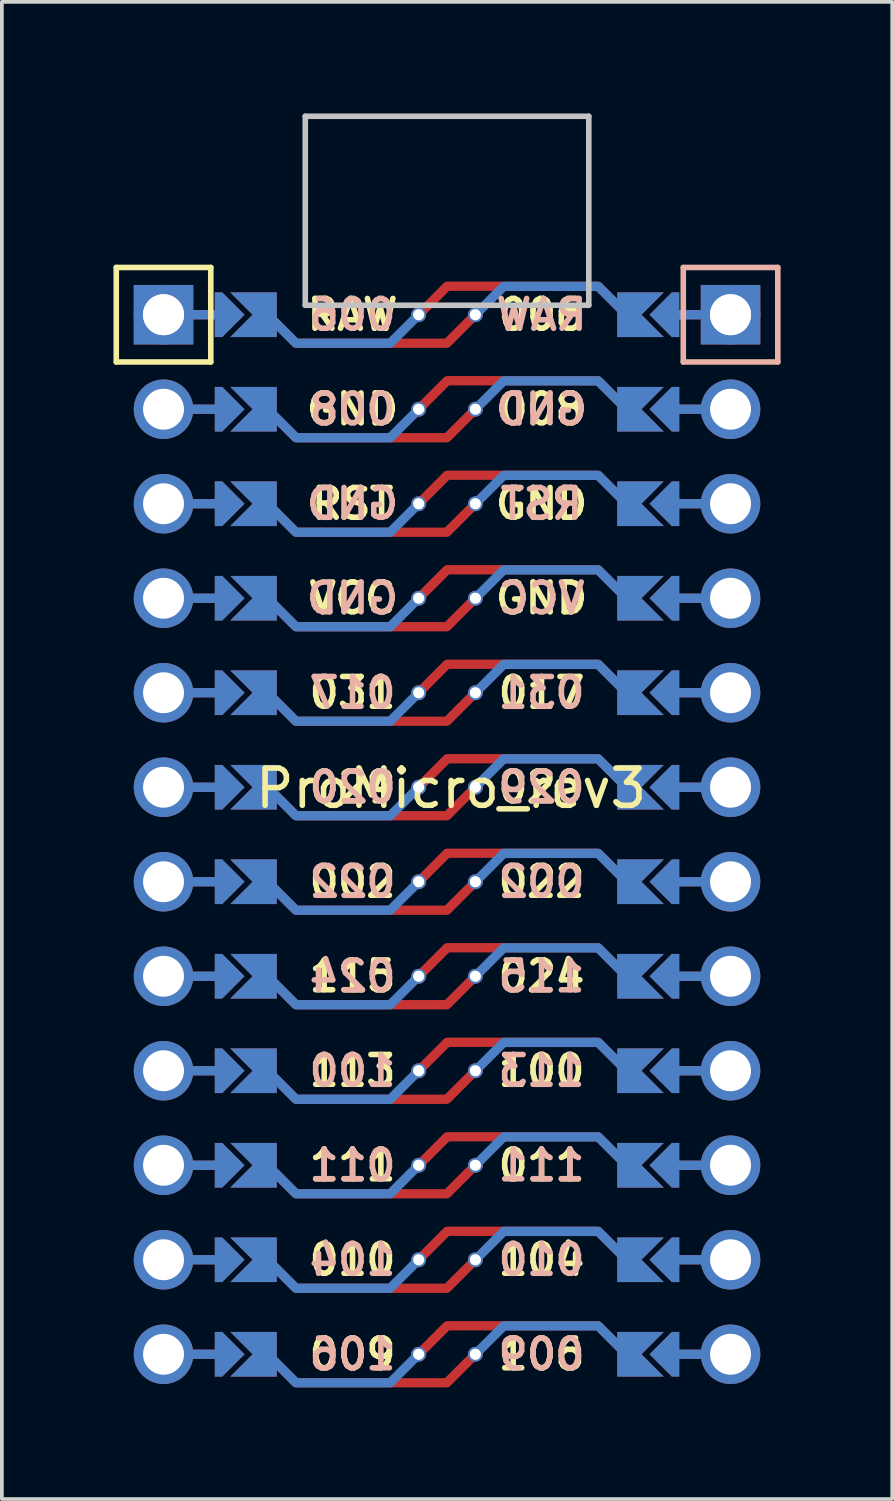
<source format=kicad_pcb>
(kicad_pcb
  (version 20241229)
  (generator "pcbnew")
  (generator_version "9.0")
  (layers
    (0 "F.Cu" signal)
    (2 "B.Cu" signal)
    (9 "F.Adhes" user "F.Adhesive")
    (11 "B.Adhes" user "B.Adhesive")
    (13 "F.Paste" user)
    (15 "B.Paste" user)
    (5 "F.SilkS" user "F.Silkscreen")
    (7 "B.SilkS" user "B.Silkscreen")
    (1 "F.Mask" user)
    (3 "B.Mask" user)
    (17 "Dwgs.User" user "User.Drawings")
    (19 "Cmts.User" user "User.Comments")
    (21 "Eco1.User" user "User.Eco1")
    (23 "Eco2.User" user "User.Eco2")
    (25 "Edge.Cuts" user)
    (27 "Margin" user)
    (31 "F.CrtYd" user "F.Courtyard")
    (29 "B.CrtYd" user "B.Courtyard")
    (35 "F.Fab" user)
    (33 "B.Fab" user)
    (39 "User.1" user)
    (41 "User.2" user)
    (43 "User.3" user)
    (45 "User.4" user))
  (footprint "ProMicro_rev3"
    (layer "F.Cu")
    (at 8.965 16.939)
    (property "Reference" "ProMicro_rev3" (at 0.11 1.2 0) (layer "F.SilkS") (effects (font (size 1 1) (thickness 0.15))))
    (attr through_hole)
    (fp_circle (center -0.762 -11.53) (end -0.762 -11.405) (stroke (width 0.25) (type solid)) (fill no) (layer "F.Mask"))
    (fp_circle (center -0.762 -8.99) (end -0.762 -8.865) (stroke (width 0.25) (type solid)) (fill no) (layer "F.Mask"))
    (fp_circle (center -0.762 -6.45) (end -0.762 -6.325) (stroke (width 0.25) (type solid)) (fill no) (layer "F.Mask"))
    (fp_circle (center -0.762 -3.91) (end -0.762 -3.785) (stroke (width 0.25) (type solid)) (fill no) (layer "F.Mask"))
    (fp_circle (center -0.762 -1.37) (end -0.762 -1.245) (stroke (width 0.25) (type solid)) (fill no) (layer "F.Mask"))
    (fp_circle (center -0.762 1.17) (end -0.762 1.295) (stroke (width 0.25) (type solid)) (fill no) (layer "F.Mask"))
    (fp_circle (center -0.762 3.71) (end -0.762 3.835) (stroke (width 0.25) (type solid)) (fill no) (layer "F.Mask"))
    (fp_circle (center -0.762 6.25) (end -0.762 6.375) (stroke (width 0.25) (type solid)) (fill no) (layer "F.Mask"))
    (fp_circle (center -0.762 8.79) (end -0.762 8.915) (stroke (width 0.25) (type solid)) (fill no) (layer "F.Mask"))
    (fp_circle (center -0.762 11.33) (end -0.762 11.455) (stroke (width 0.25) (type solid)) (fill no) (layer "F.Mask"))
    (fp_circle (center -0.762 13.87) (end -0.762 13.995) (stroke (width 0.25) (type solid)) (fill no) (layer "F.Mask"))
    (fp_circle (center -0.762 16.41) (end -0.762 16.535) (stroke (width 0.25) (type solid)) (fill no) (layer "F.Mask"))
    (fp_circle (center 0.762 -11.53) (end 0.762 -11.405) (stroke (width 0.25) (type solid)) (fill no) (layer "F.Mask"))
    (fp_circle (center 0.762 -8.99) (end 0.762 -8.865) (stroke (width 0.25) (type solid)) (fill no) (layer "F.Mask"))
    (fp_circle (center 0.762 -6.45) (end 0.762 -6.325) (stroke (width 0.25) (type solid)) (fill no) (layer "F.Mask"))
    (fp_circle (center 0.762 -3.91) (end 0.762 -3.785) (stroke (width 0.25) (type solid)) (fill no) (layer "F.Mask"))
    (fp_circle (center 0.762 -1.37) (end 0.762 -1.245) (stroke (width 0.25) (type solid)) (fill no) (layer "F.Mask"))
    (fp_circle (center 0.762 1.17) (end 0.762 1.295) (stroke (width 0.25) (type solid)) (fill no) (layer "F.Mask"))
    (fp_circle (center 0.762 3.71) (end 0.762 3.835) (stroke (width 0.25) (type solid)) (fill no) (layer "F.Mask"))
    (fp_circle (center 0.762 6.25) (end 0.762 6.375) (stroke (width 0.25) (type solid)) (fill no) (layer "F.Mask"))
    (fp_circle (center 0.762 8.79) (end 0.762 8.915) (stroke (width 0.25) (type solid)) (fill no) (layer "F.Mask"))
    (fp_circle (center 0.762 11.33) (end 0.762 11.455) (stroke (width 0.25) (type solid)) (fill no) (layer "F.Mask"))
    (fp_circle (center 0.762 13.87) (end 0.762 13.995) (stroke (width 0.25) (type solid)) (fill no) (layer "F.Mask"))
    (fp_circle (center 0.762 16.41) (end 0.762 16.535) (stroke (width 0.25) (type solid)) (fill no) (layer "F.Mask"))
    (fp_poly (pts (xy -5.08 -11.022) (xy -5.08 -12.038) (xy -6.096 -12.038) (xy -6.096 -11.022)) (stroke (width 0.1) (type solid)) (fill yes) (layer "F.Mask"))
    (fp_poly (pts (xy -5.08 -8.482) (xy -5.08 -9.498) (xy -6.096 -9.498) (xy -6.096 -8.482)) (stroke (width 0.1) (type solid)) (fill yes) (layer "F.Mask"))
    (fp_poly (pts (xy -5.08 -5.942) (xy -5.08 -6.958) (xy -6.096 -6.958) (xy -6.096 -5.942)) (stroke (width 0.1) (type solid)) (fill yes) (layer "F.Mask"))
    (fp_poly (pts (xy -5.08 -3.402) (xy -5.08 -4.418) (xy -6.096 -4.418) (xy -6.096 -3.402)) (stroke (width 0.1) (type solid)) (fill yes) (layer "F.Mask"))
    (fp_poly (pts (xy -5.08 -0.862) (xy -5.08 -1.878) (xy -6.096 -1.878) (xy -6.096 -0.862)) (stroke (width 0.1) (type solid)) (fill yes) (layer "F.Mask"))
    (fp_poly (pts (xy -5.08 1.678) (xy -5.08 0.662) (xy -6.096 0.662) (xy -6.096 1.678)) (stroke (width 0.1) (type solid)) (fill yes) (layer "F.Mask"))
    (fp_poly (pts (xy -5.08 4.218) (xy -5.08 3.202) (xy -6.096 3.202) (xy -6.096 4.218)) (stroke (width 0.1) (type solid)) (fill yes) (layer "F.Mask"))
    (fp_poly (pts (xy -5.08 6.758) (xy -5.08 5.742) (xy -6.096 5.742) (xy -6.096 6.758)) (stroke (width 0.1) (type solid)) (fill yes) (layer "F.Mask"))
    (fp_poly (pts (xy -5.08 9.298) (xy -5.08 8.282) (xy -6.096 8.282) (xy -6.096 9.298)) (stroke (width 0.1) (type solid)) (fill yes) (layer "F.Mask"))
    (fp_poly (pts (xy -5.08 11.838) (xy -5.08 10.822) (xy -6.096 10.822) (xy -6.096 11.838)) (stroke (width 0.1) (type solid)) (fill yes) (layer "F.Mask"))
    (fp_poly (pts (xy -5.08 14.378) (xy -5.08 13.362) (xy -6.096 13.362) (xy -6.096 14.378)) (stroke (width 0.1) (type solid)) (fill yes) (layer "F.Mask"))
    (fp_poly (pts (xy -5.08 16.918) (xy -5.08 15.902) (xy -6.096 15.902) (xy -6.096 16.918)) (stroke (width 0.1) (type solid)) (fill yes) (layer "F.Mask"))
    (fp_poly (pts (xy 5.08 -12.038) (xy 5.08 -11.022) (xy 6.096 -11.022) (xy 6.096 -12.038)) (stroke (width 0.1) (type solid)) (fill yes) (layer "F.Mask"))
    (fp_poly (pts (xy 5.08 -9.498) (xy 5.08 -8.482) (xy 6.096 -8.482) (xy 6.096 -9.498)) (stroke (width 0.1) (type solid)) (fill yes) (layer "F.Mask"))
    (fp_poly (pts (xy 5.08 -6.958) (xy 5.08 -5.942) (xy 6.096 -5.942) (xy 6.096 -6.958)) (stroke (width 0.1) (type solid)) (fill yes) (layer "F.Mask"))
    (fp_poly (pts (xy 5.08 -4.418) (xy 5.08 -3.402) (xy 6.096 -3.402) (xy 6.096 -4.418)) (stroke (width 0.1) (type solid)) (fill yes) (layer "F.Mask"))
    (fp_poly (pts (xy 5.08 -1.878) (xy 5.08 -0.862) (xy 6.096 -0.862) (xy 6.096 -1.878)) (stroke (width 0.1) (type solid)) (fill yes) (layer "F.Mask"))
    (fp_poly (pts (xy 5.08 0.662) (xy 5.08 1.678) (xy 6.096 1.678) (xy 6.096 0.662)) (stroke (width 0.1) (type solid)) (fill yes) (layer "F.Mask"))
    (fp_poly (pts (xy 5.08 3.202) (xy 5.08 4.218) (xy 6.096 4.218) (xy 6.096 3.202)) (stroke (width 0.1) (type solid)) (fill yes) (layer "F.Mask"))
    (fp_poly (pts (xy 5.08 5.742) (xy 5.08 6.758) (xy 6.096 6.758) (xy 6.096 5.742)) (stroke (width 0.1) (type solid)) (fill yes) (layer "F.Mask"))
    (fp_poly (pts (xy 5.08 8.282) (xy 5.08 9.298) (xy 6.096 9.298) (xy 6.096 8.282)) (stroke (width 0.1) (type solid)) (fill yes) (layer "F.Mask"))
    (fp_poly (pts (xy 5.08 10.822) (xy 5.08 11.838) (xy 6.096 11.838) (xy 6.096 10.822)) (stroke (width 0.1) (type solid)) (fill yes) (layer "F.Mask"))
    (fp_poly (pts (xy 5.08 13.362) (xy 5.08 14.378) (xy 6.096 14.378) (xy 6.096 13.362)) (stroke (width 0.1) (type solid)) (fill yes) (layer "F.Mask"))
    (fp_poly (pts (xy 5.08 15.902) (xy 5.08 16.918) (xy 6.096 16.918) (xy 6.096 15.902)) (stroke (width 0.1) (type solid)) (fill yes) (layer "F.Mask"))
    (fp_circle (center -0.762 -11.53) (end -0.637 -11.53) (stroke (width 0.25) (type solid)) (fill no) (layer "B.Mask"))
    (fp_circle (center -0.762 -8.99) (end -0.762 -8.865) (stroke (width 0.25) (type solid)) (fill no) (layer "B.Mask"))
    (fp_circle (center -0.762 -6.45) (end -0.762 -6.325) (stroke (width 0.25) (type solid)) (fill no) (layer "B.Mask"))
    (fp_circle (center -0.762 -3.91) (end -0.762 -3.785) (stroke (width 0.25) (type solid)) (fill no) (layer "B.Mask"))
    (fp_circle (center -0.762 -1.37) (end -0.762 -1.245) (stroke (width 0.25) (type solid)) (fill no) (layer "B.Mask"))
    (fp_circle (center -0.762 1.17) (end -0.762 1.295) (stroke (width 0.25) (type solid)) (fill no) (layer "B.Mask"))
    (fp_circle (center -0.762 3.71) (end -0.762 3.835) (stroke (width 0.25) (type solid)) (fill no) (layer "B.Mask"))
    (fp_circle (center -0.762 6.25) (end -0.762 6.375) (stroke (width 0.25) (type solid)) (fill no) (layer "B.Mask"))
    (fp_circle (center -0.762 8.79) (end -0.762 8.915) (stroke (width 0.25) (type solid)) (fill no) (layer "B.Mask"))
    (fp_circle (center -0.762 11.33) (end -0.762 11.455) (stroke (width 0.25) (type solid)) (fill no) (layer "B.Mask"))
    (fp_circle (center -0.762 13.87) (end -0.762 13.995) (stroke (width 0.25) (type solid)) (fill no) (layer "B.Mask"))
    (fp_circle (center -0.762 16.41) (end -0.762 16.535) (stroke (width 0.25) (type solid)) (fill no) (layer "B.Mask"))
    (fp_circle (center 0.762 -11.53) (end 0.762 -11.405) (stroke (width 0.25) (type solid)) (fill no) (layer "B.Mask"))
    (fp_circle (center 0.762 -8.99) (end 0.762 -8.865) (stroke (width 0.25) (type solid)) (fill no) (layer "B.Mask"))
    (fp_circle (center 0.762 -6.45) (end 0.762 -6.325) (stroke (width 0.25) (type solid)) (fill no) (layer "B.Mask"))
    (fp_circle (center 0.762 -3.91) (end 0.762 -3.785) (stroke (width 0.25) (type solid)) (fill no) (layer "B.Mask"))
    (fp_circle (center 0.762 -1.37) (end 0.762 -1.245) (stroke (width 0.25) (type solid)) (fill no) (layer "B.Mask"))
    (fp_circle (center 0.762 1.17) (end 0.762 1.295) (stroke (width 0.25) (type solid)) (fill no) (layer "B.Mask"))
    (fp_circle (center 0.762 3.71) (end 0.762 3.835) (stroke (width 0.25) (type solid)) (fill no) (layer "B.Mask"))
    (fp_circle (center 0.762 6.25) (end 0.762 6.375) (stroke (width 0.25) (type solid)) (fill no) (layer "B.Mask"))
    (fp_circle (center 0.762 8.79) (end 0.762 8.915) (stroke (width 0.25) (type solid)) (fill no) (layer "B.Mask"))
    (fp_circle (center 0.762 11.33) (end 0.762 11.455) (stroke (width 0.25) (type solid)) (fill no) (layer "B.Mask"))
    (fp_circle (center 0.762 13.87) (end 0.762 13.995) (stroke (width 0.25) (type solid)) (fill no) (layer "B.Mask"))
    (fp_circle (center 0.762 16.41) (end 0.762 16.535) (stroke (width 0.25) (type solid)) (fill no) (layer "B.Mask"))
    (fp_poly (pts (xy -5.08 -11.022) (xy -5.08 -12.038) (xy -6.096 -12.038) (xy -6.096 -11.022)) (stroke (width 0.1) (type solid)) (fill yes) (layer "B.Mask"))
    (fp_poly (pts (xy -5.08 -8.482) (xy -5.08 -9.498) (xy -6.096 -9.498) (xy -6.096 -8.482)) (stroke (width 0.1) (type solid)) (fill yes) (layer "B.Mask"))
    (fp_poly (pts (xy -5.08 -5.942) (xy -5.08 -6.958) (xy -6.096 -6.958) (xy -6.096 -5.942)) (stroke (width 0.1) (type solid)) (fill yes) (layer "B.Mask"))
    (fp_poly (pts (xy -5.08 -3.402) (xy -5.08 -4.418) (xy -6.096 -4.418) (xy -6.096 -3.402)) (stroke (width 0.1) (type solid)) (fill yes) (layer "B.Mask"))
    (fp_poly (pts (xy -5.08 -0.862) (xy -5.08 -1.878) (xy -6.096 -1.878) (xy -6.096 -0.862)) (stroke (width 0.1) (type solid)) (fill yes) (layer "B.Mask"))
    (fp_poly (pts (xy -5.08 1.678) (xy -5.08 0.662) (xy -6.096 0.662) (xy -6.096 1.678)) (stroke (width 0.1) (type solid)) (fill yes) (layer "B.Mask"))
    (fp_poly (pts (xy -5.08 4.218) (xy -5.08 3.202) (xy -6.096 3.202) (xy -6.096 4.218)) (stroke (width 0.1) (type solid)) (fill yes) (layer "B.Mask"))
    (fp_poly (pts (xy -5.08 6.758) (xy -5.08 5.742) (xy -6.096 5.742) (xy -6.096 6.758)) (stroke (width 0.1) (type solid)) (fill yes) (layer "B.Mask"))
    (fp_poly (pts (xy -5.08 9.298) (xy -5.08 8.282) (xy -6.096 8.282) (xy -6.096 9.298)) (stroke (width 0.1) (type solid)) (fill yes) (layer "B.Mask"))
    (fp_poly (pts (xy -5.08 11.838) (xy -5.08 10.822) (xy -6.096 10.822) (xy -6.096 11.838)) (stroke (width 0.1) (type solid)) (fill yes) (layer "B.Mask"))
    (fp_poly (pts (xy -5.08 14.378) (xy -5.08 13.362) (xy -6.096 13.362) (xy -6.096 14.378)) (stroke (width 0.1) (type solid)) (fill yes) (layer "B.Mask"))
    (fp_poly (pts (xy -5.08 16.918) (xy -5.08 15.902) (xy -6.096 15.902) (xy -6.096 16.918)) (stroke (width 0.1) (type solid)) (fill yes) (layer "B.Mask"))
    (fp_poly (pts (xy 5.08 -12.038) (xy 5.08 -11.022) (xy 6.096 -11.022) (xy 6.096 -12.038)) (stroke (width 0.1) (type solid)) (fill yes) (layer "B.Mask"))
    (fp_poly (pts (xy 5.08 -9.498) (xy 5.08 -8.482) (xy 6.096 -8.482) (xy 6.096 -9.498)) (stroke (width 0.1) (type solid)) (fill yes) (layer "B.Mask"))
    (fp_poly (pts (xy 5.08 -6.958) (xy 5.08 -5.942) (xy 6.096 -5.942) (xy 6.096 -6.958)) (stroke (width 0.1) (type solid)) (fill yes) (layer "B.Mask"))
    (fp_poly (pts (xy 5.08 -4.418) (xy 5.08 -3.402) (xy 6.096 -3.402) (xy 6.096 -4.418)) (stroke (width 0.1) (type solid)) (fill yes) (layer "B.Mask"))
    (fp_poly (pts (xy 5.08 -1.878) (xy 5.08 -0.862) (xy 6.096 -0.862) (xy 6.096 -1.878)) (stroke (width 0.1) (type solid)) (fill yes) (layer "B.Mask"))
    (fp_poly (pts (xy 5.08 0.662) (xy 5.08 1.678) (xy 6.096 1.678) (xy 6.096 0.662)) (stroke (width 0.1) (type solid)) (fill yes) (layer "B.Mask"))
    (fp_poly (pts (xy 5.08 3.202) (xy 5.08 4.218) (xy 6.096 4.218) (xy 6.096 3.202)) (stroke (width 0.1) (type solid)) (fill yes) (layer "B.Mask"))
    (fp_poly (pts (xy 5.08 5.742) (xy 5.08 6.758) (xy 6.096 6.758) (xy 6.096 5.742)) (stroke (width 0.1) (type solid)) (fill yes) (layer "B.Mask"))
    (fp_poly (pts (xy 5.08 8.282) (xy 5.08 9.298) (xy 6.096 9.298) (xy 6.096 8.282)) (stroke (width 0.1) (type solid)) (fill yes) (layer "B.Mask"))
    (fp_poly (pts (xy 5.08 10.822) (xy 5.08 11.838) (xy 6.096 11.838) (xy 6.096 10.822)) (stroke (width 0.1) (type solid)) (fill yes) (layer "B.Mask"))
    (fp_poly (pts (xy 5.08 13.362) (xy 5.08 14.378) (xy 6.096 14.378) (xy 6.096 13.362)) (stroke (width 0.1) (type solid)) (fill yes) (layer "B.Mask"))
    (fp_poly (pts (xy 5.08 15.902) (xy 5.08 16.918) (xy 6.096 16.918) (xy 6.096 15.902)) (stroke (width 0.1) (type solid)) (fill yes) (layer "B.Mask"))
    (fp_line (start -8.89 -10.26) (end -8.89 -12.8) (stroke (width 0.15) (type solid)) (layer "F.SilkS"))
    (fp_line (start -6.35 -12.8) (end -8.89 -12.8) (stroke (width 0.15) (type solid)) (layer "F.SilkS"))
    (fp_line (start -6.35 -12.8) (end -6.35 -10.26) (stroke (width 0.15) (type solid)) (layer "F.SilkS"))
    (fp_line (start -6.35 -10.26) (end -8.89 -10.26) (stroke (width 0.15) (type solid)) (layer "F.SilkS"))
    (fp_line (start 6.35 -12.8) (end 6.35 -10.26) (stroke (width 0.15) (type solid)) (layer "B.SilkS"))
    (fp_line (start 6.35 -12.8) (end 8.89 -12.8) (stroke (width 0.15) (type solid)) (layer "B.SilkS"))
    (fp_line (start 6.35 -10.26) (end 8.89 -10.26) (stroke (width 0.15) (type solid)) (layer "B.SilkS"))
    (fp_line (start 8.89 -10.26) (end 8.89 -12.8) (stroke (width 0.15) (type solid)) (layer "B.SilkS"))
    (fp_line (start -3.81 -16.864) (end -3.81 -11.784) (stroke (width 0.15) (type solid)) (layer "Dwgs.User"))
    (fp_line (start -3.81 -11.784) (end 3.81 -11.784) (stroke (width 0.15) (type solid)) (layer "Dwgs.User"))
    (fp_line (start 3.81 -16.864) (end -3.81 -16.864) (stroke (width 0.15) (type solid)) (layer "Dwgs.User"))
    (fp_line (start 3.81 -11.784) (end 3.81 -16.864) (stroke (width 0.15) (type solid)) (layer "Dwgs.User"))
    (fp_text user "009" (at -2.54 16.41 0) (layer "F.SilkS") (effects (font (size 0.8 0.8) (thickness 0.15))))
    (fp_text user "RST" (at -2.54 -6.45 0) (layer "F.SilkS") (effects (font (size 0.8 0.8) (thickness 0.15))))
    (fp_text user "113" (at -2.54 8.79 0) (layer "F.SilkS") (effects (font (size 0.8 0.8) (thickness 0.15))))
    (fp_text user "GND" (at -2.54 -8.99 0) (layer "F.SilkS") (effects (font (size 0.8 0.8) (thickness 0.15))))
    (fp_text user "006" (at 2.54 -11.53 0) (layer "F.SilkS") (effects (font (size 0.8 0.8) (thickness 0.15))))
    (fp_text user "RAW" (at -2.54 -11.53 0) (layer "F.SilkS") (effects (font (size 0.8 0.8) (thickness 0.15))))
    (fp_text user "106" (at 2.54 16.41 0) (layer "F.SilkS") (effects (font (size 0.8 0.8) (thickness 0.15))))
    (fp_text user "104" (at 2.54 13.87 0) (layer "F.SilkS") (effects (font (size 0.8 0.8) (thickness 0.15))))
    (fp_text user "008" (at 2.54 -8.99 0) (layer "F.SilkS") (effects (font (size 0.8 0.8) (thickness 0.15))))
    (fp_text user "111" (at -2.54 11.33 0) (layer "F.SilkS") (effects (font (size 0.8 0.8) (thickness 0.15))))
    (fp_text user "002" (at -2.54 3.71 0) (layer "F.SilkS") (effects (font (size 0.8 0.8) (thickness 0.15))))
    (fp_text user "022" (at 2.54 3.71 0) (layer "F.SilkS") (effects (font (size 0.8 0.8) (thickness 0.15))))
    (fp_text user "GND" (at 2.54 -6.45 0) (layer "F.SilkS") (effects (font (size 0.8 0.8) (thickness 0.15))))
    (fp_text user "020" (at 2.532 1.17 0) (layer "F.SilkS") (effects (font (size 0.8 0.8) (thickness 0.15))))
    (fp_text user "010" (at -2.54 13.87 0) (layer "F.SilkS") (effects (font (size 0.8 0.8) (thickness 0.15))))
    (fp_text user "029" (at -2.54 1.17 0) (layer "F.SilkS") (effects (font (size 0.8 0.8) (thickness 0.15))))
    (fp_text user "100" (at 2.54 8.79 0) (layer "F.SilkS") (effects (font (size 0.8 0.8) (thickness 0.15))))
    (fp_text user "024" (at 2.54 6.25 0) (layer "F.SilkS") (effects (font (size 0.8 0.8) (thickness 0.15))))
    (fp_text user "GND" (at 2.54 -3.91 0) (layer "F.SilkS") (effects (font (size 0.8 0.8) (thickness 0.15))))
    (fp_text user "017" (at 2.54 -1.37 0) (layer "F.SilkS") (effects (font (size 0.8 0.8) (thickness 0.15))))
    (fp_text user "011" (at 2.54 11.33 0) (layer "F.SilkS") (effects (font (size 0.8 0.8) (thickness 0.15))))
    (fp_text user "VCC" (at -2.54 -3.91 0) (layer "F.SilkS") (effects (font (size 0.8 0.8) (thickness 0.15))))
    (fp_text user "031" (at -2.54 -1.37 0) (layer "F.SilkS") (effects (font (size 0.8 0.8) (thickness 0.15))))
    (fp_text user "115" (at -2.54 6.25 0) (layer "F.SilkS") (effects (font (size 0.8 0.8) (thickness 0.15))))
    (fp_text user "031" (at 2.54 -1.369 0) (layer "B.SilkS") (effects (font (size 0.8 0.8) (thickness 0.15)) (justify mirror)))
    (fp_text user "008" (at -2.54 -8.989 0) (layer "B.SilkS") (effects (font (size 0.8 0.8) (thickness 0.15)) (justify mirror)))
    (fp_text user "VCC" (at 2.54 -3.909 0) (layer "B.SilkS") (effects (font (size 0.8 0.8) (thickness 0.15)) (justify mirror)))
    (fp_text user "024" (at -2.54 6.251 0) (layer "B.SilkS") (effects (font (size 0.8 0.8) (thickness 0.15)) (justify mirror)))
    (fp_text user "GND" (at -2.54 -6.449 0) (layer "B.SilkS") (effects (font (size 0.8 0.8) (thickness 0.15)) (justify mirror)))
    (fp_text user "106" (at -2.54 16.411 0) (layer "B.SilkS") (effects (font (size 0.8 0.8) (thickness 0.15)) (justify mirror)))
    (fp_text user "GND" (at -2.54 -3.909 0) (layer "B.SilkS") (effects (font (size 0.8 0.8) (thickness 0.15)) (justify mirror)))
    (fp_text user "115" (at 2.54 6.251 0) (layer "B.SilkS") (effects (font (size 0.8 0.8) (thickness 0.15)) (justify mirror)))
    (fp_text user "022" (at -2.54 3.711 0) (layer "B.SilkS") (effects (font (size 0.8 0.8) (thickness 0.15)) (justify mirror)))
    (fp_text user "020" (at -2.532 1.171 0) (layer "B.SilkS") (effects (font (size 0.8 0.8) (thickness 0.15)) (justify mirror)))
    (fp_text user "104" (at -2.54 13.871 0) (layer "B.SilkS") (effects (font (size 0.8 0.8) (thickness 0.15)) (justify mirror)))
    (fp_text user "113" (at 2.54 8.791 0) (layer "B.SilkS") (effects (font (size 0.8 0.8) (thickness 0.15)) (justify mirror)))
    (fp_text user "RAW" (at 2.54 -11.529 0) (layer "B.SilkS") (effects (font (size 0.8 0.8) (thickness 0.15)) (justify mirror)))
    (fp_text user "011" (at -2.54 11.331 0) (layer "B.SilkS") (effects (font (size 0.8 0.8) (thickness 0.15)) (justify mirror)))
    (fp_text user "111" (at 2.54 11.331 0) (layer "B.SilkS") (effects (font (size 0.8 0.8) (thickness 0.15)) (justify mirror)))
    (fp_text user "017" (at -2.54 -1.369 0) (layer "B.SilkS") (effects (font (size 0.8 0.8) (thickness 0.15)) (justify mirror)))
    (fp_text user "100" (at -2.54 8.791 0) (layer "B.SilkS") (effects (font (size 0.8 0.8) (thickness 0.15)) (justify mirror)))
    (fp_text user "009" (at 2.54 16.411 0) (layer "B.SilkS") (effects (font (size 0.8 0.8) (thickness 0.15)) (justify mirror)))
    (fp_text user "002" (at 2.54 3.711 0) (layer "B.SilkS") (effects (font (size 0.8 0.8) (thickness 0.15)) (justify mirror)))
    (fp_text user "029" (at 2.54 1.171 0) (layer "B.SilkS") (effects (font (size 0.8 0.8) (thickness 0.15)) (justify mirror)))
    (fp_text user "006" (at -2.54 -11.529 0) (layer "B.SilkS") (effects (font (size 0.8 0.8) (thickness 0.15)) (justify mirror)))
    (fp_text user "GND" (at 2.54 -8.989 0) (layer "B.SilkS") (effects (font (size 0.8 0.8) (thickness 0.15)) (justify mirror)))
    (fp_text user "RST" (at 2.54 -6.449 0) (layer "B.SilkS") (effects (font (size 0.8 0.8) (thickness 0.15)) (justify mirror)))
    (fp_text user "010" (at 2.54 13.871 0) (layer "B.SilkS") (effects (font (size 0.8 0.8) (thickness 0.15)) (justify mirror)))
    (pad "" thru_hole circle (at -7.62 -11.53 345) (size 1.6 1.6) (drill 1.1) (layers "*.Cu" "*.Mask"))
    (pad "" thru_hole rect (at -7.62 -11.53 90) (size 1.6 1.6) (drill 1.1) (layers "F.Cu" "F.Mask"))
    (pad "" thru_hole circle (at -7.62 -8.99 345) (size 1.6 1.6) (drill 1.1) (layers "*.Cu" "*.Mask"))
    (pad "" thru_hole circle (at -7.62 -6.45 345) (size 1.6 1.6) (drill 1.1) (layers "*.Cu" "*.Mask"))
    (pad "" thru_hole circle (at -7.62 -3.91 345) (size 1.6 1.6) (drill 1.1) (layers "*.Cu" "*.Mask"))
    (pad "" thru_hole circle (at -7.62 -1.37 345) (size 1.6 1.6) (drill 1.1) (layers "*.Cu" "*.Mask"))
    (pad "" thru_hole circle (at -7.62 1.17 345) (size 1.6 1.6) (drill 1.1) (layers "*.Cu" "*.Mask"))
    (pad "" thru_hole circle (at -7.62 3.71 345) (size 1.6 1.6) (drill 1.1) (layers "*.Cu" "*.Mask"))
    (pad "" thru_hole circle (at -7.62 6.25 345) (size 1.6 1.6) (drill 1.1) (layers "*.Cu" "*.Mask"))
    (pad "" thru_hole circle (at -7.62 8.79 345) (size 1.6 1.6) (drill 1.1) (layers "*.Cu" "*.Mask"))
    (pad "" thru_hole circle (at -7.62 11.33 345) (size 1.6 1.6) (drill 1.1) (layers "*.Cu" "*.Mask"))
    (pad "" thru_hole circle (at -7.62 13.87 345) (size 1.6 1.6) (drill 1.1) (layers "*.Cu" "*.Mask"))
    (pad "" thru_hole circle (at -7.62 16.41 345) (size 1.6 1.6) (drill 1.1) (layers "*.Cu" "*.Mask"))
    (pad "" smd custom (at -6.35 -11.53 90) (size 0.25 1) (layers "F.Cu") (options (anchor rect)) (primitives))
    (pad "" smd custom (at -6.35 -11.53 90) (size 0.25 1) (layers "B.Cu") (options (anchor rect)) (primitives))
    (pad "" smd custom (at -6.35 -8.99 90) (size 0.25 1) (layers "F.Cu") (options (anchor rect)) (primitives))
    (pad "" smd custom (at -6.35 -8.99 90) (size 0.25 1) (layers "B.Cu") (options (anchor rect)) (primitives))
    (pad "" smd custom (at -6.35 -6.45 90) (size 0.25 1) (layers "F.Cu") (options (anchor rect)) (primitives))
    (pad "" smd custom (at -6.35 -6.45 90) (size 0.25 1) (layers "B.Cu") (options (anchor rect)) (primitives))
    (pad "" smd custom (at -6.35 -3.91 90) (size 0.25 1) (layers "F.Cu") (options (anchor rect)) (primitives))
    (pad "" smd custom (at -6.35 -3.91 90) (size 0.25 1) (layers "B.Cu") (options (anchor rect)) (primitives))
    (pad "" smd custom (at -6.35 -1.37 90) (size 0.25 1) (layers "F.Cu") (options (anchor rect)) (primitives))
    (pad "" smd custom (at -6.35 -1.37 90) (size 0.25 1) (layers "B.Cu") (options (anchor rect)) (primitives))
    (pad "" smd custom (at -6.35 1.17 90) (size 0.25 1) (layers "F.Cu") (options (anchor rect)) (primitives))
    (pad "" smd custom (at -6.35 1.17 90) (size 0.25 1) (layers "B.Cu") (options (anchor rect)) (primitives))
    (pad "" smd custom (at -6.35 3.71 90) (size 0.25 1) (layers "F.Cu") (options (anchor rect)) (primitives))
    (pad "" smd custom (at -6.35 3.71 90) (size 0.25 1) (layers "B.Cu") (options (anchor rect)) (primitives))
    (pad "" smd custom (at -6.35 6.25 90) (size 0.25 1) (layers "F.Cu") (options (anchor rect)) (primitives))
    (pad "" smd custom (at -6.35 6.25 90) (size 0.25 1) (layers "B.Cu") (options (anchor rect)) (primitives))
    (pad "" smd custom (at -6.35 8.79 90) (size 0.25 1) (layers "F.Cu") (options (anchor rect)) (primitives))
    (pad "" smd custom (at -6.35 8.79 90) (size 0.25 1) (layers "B.Cu") (options (anchor rect)) (primitives))
    (pad "" smd custom (at -6.35 11.33 90) (size 0.25 1) (layers "F.Cu") (options (anchor rect)) (primitives))
    (pad "" smd custom (at -6.35 11.33 90) (size 0.25 1) (layers "B.Cu") (options (anchor rect)) (primitives))
    (pad "" smd custom (at -6.35 13.87 90) (size 0.25 1) (layers "F.Cu") (options (anchor rect)) (primitives))
    (pad "" smd custom (at -6.35 13.87 90) (size 0.25 1) (layers "B.Cu") (options (anchor rect)) (primitives))
    (pad "" smd custom (at -6.35 16.41 90) (size 0.25 1) (layers "F.Cu") (options (anchor rect)) (primitives))
    (pad "" smd custom (at -6.35 16.41 90) (size 0.25 1) (layers "B.Cu") (options (anchor rect)) (primitives))
    (pad "" smd custom (at -5.842 -11.53 90) (size 0.1 0.1) (layers "F.Cu" "F.Mask") (options (anchor rect)) (primitives (gr_poly (pts (xy -0.6 -0.4) (xy 0.6 -0.4) (xy 0.6 -0.2) (xy 0 0.4) (xy -0.6 -0.2)) (width 0) (fill yes))))
    (pad "" smd custom (at -5.842 -11.53 90) (size 0.1 0.1) (layers "B.Cu" "B.Mask") (options (anchor rect)) (primitives (gr_poly (pts (xy -0.6 -0.4) (xy 0.6 -0.4) (xy 0.6 -0.2) (xy 0 0.4) (xy -0.6 -0.2)) (width 0) (fill yes))))
    (pad "" smd custom (at -5.842 -8.99 90) (size 0.1 0.1) (layers "F.Cu" "F.Mask") (options (anchor rect)) (primitives (gr_poly (pts (xy -0.6 -0.4) (xy 0.6 -0.4) (xy 0.6 -0.2) (xy 0 0.4) (xy -0.6 -0.2)) (width 0) (fill yes))))
    (pad "" smd custom (at -5.842 -8.99 90) (size 0.1 0.1) (layers "B.Cu" "B.Mask") (options (anchor rect)) (primitives (gr_poly (pts (xy -0.6 -0.4) (xy 0.6 -0.4) (xy 0.6 -0.2) (xy 0 0.4) (xy -0.6 -0.2)) (width 0) (fill yes))))
    (pad "" smd custom (at -5.842 -6.45 90) (size 0.1 0.1) (layers "F.Cu" "F.Mask") (options (anchor rect)) (primitives (gr_poly (pts (xy -0.6 -0.4) (xy 0.6 -0.4) (xy 0.6 -0.2) (xy 0 0.4) (xy -0.6 -0.2)) (width 0) (fill yes))))
    (pad "" smd custom (at -5.842 -6.45 90) (size 0.1 0.1) (layers "B.Cu" "B.Mask") (options (anchor rect)) (primitives (gr_poly (pts (xy -0.6 -0.4) (xy 0.6 -0.4) (xy 0.6 -0.2) (xy 0 0.4) (xy -0.6 -0.2)) (width 0) (fill yes))))
    (pad "" smd custom (at -5.842 -3.91 90) (size 0.1 0.1) (layers "F.Cu" "F.Mask") (options (anchor rect)) (primitives (gr_poly (pts (xy -0.6 -0.4) (xy 0.6 -0.4) (xy 0.6 -0.2) (xy 0 0.4) (xy -0.6 -0.2)) (width 0) (fill yes))))
    (pad "" smd custom (at -5.842 -3.91 90) (size 0.1 0.1) (layers "B.Cu" "B.Mask") (options (anchor rect)) (primitives (gr_poly (pts (xy -0.6 -0.4) (xy 0.6 -0.4) (xy 0.6 -0.2) (xy 0 0.4) (xy -0.6 -0.2)) (width 0) (fill yes))))
    (pad "" smd custom (at -5.842 -1.37 90) (size 0.1 0.1) (layers "F.Cu" "F.Mask") (options (anchor rect)) (primitives (gr_poly (pts (xy -0.6 -0.4) (xy 0.6 -0.4) (xy 0.6 -0.2) (xy 0 0.4) (xy -0.6 -0.2)) (width 0) (fill yes))))
    (pad "" smd custom (at -5.842 -1.37 90) (size 0.1 0.1) (layers "B.Cu" "B.Mask") (options (anchor rect)) (primitives (gr_poly (pts (xy -0.6 -0.4) (xy 0.6 -0.4) (xy 0.6 -0.2) (xy 0 0.4) (xy -0.6 -0.2)) (width 0) (fill yes))))
    (pad "" smd custom (at -5.842 1.17 90) (size 0.1 0.1) (layers "F.Cu" "F.Mask") (options (anchor rect)) (primitives (gr_poly (pts (xy -0.6 -0.4) (xy 0.6 -0.4) (xy 0.6 -0.2) (xy 0 0.4) (xy -0.6 -0.2)) (width 0) (fill yes))))
    (pad "" smd custom (at -5.842 1.17 90) (size 0.1 0.1) (layers "B.Cu" "B.Mask") (options (anchor rect)) (primitives (gr_poly (pts (xy -0.6 -0.4) (xy 0.6 -0.4) (xy 0.6 -0.2) (xy 0 0.4) (xy -0.6 -0.2)) (width 0) (fill yes))))
    (pad "" smd custom (at -5.842 3.71 90) (size 0.1 0.1) (layers "F.Cu" "F.Mask") (options (anchor rect)) (primitives (gr_poly (pts (xy -0.6 -0.4) (xy 0.6 -0.4) (xy 0.6 -0.2) (xy 0 0.4) (xy -0.6 -0.2)) (width 0) (fill yes))))
    (pad "" smd custom (at -5.842 3.71 90) (size 0.1 0.1) (layers "B.Cu" "B.Mask") (options (anchor rect)) (primitives (gr_poly (pts (xy -0.6 -0.4) (xy 0.6 -0.4) (xy 0.6 -0.2) (xy 0 0.4) (xy -0.6 -0.2)) (width 0) (fill yes))))
    (pad "" smd custom (at -5.842 6.25 90) (size 0.1 0.1) (layers "F.Cu" "F.Mask") (options (anchor rect)) (primitives (gr_poly (pts (xy -0.6 -0.4) (xy 0.6 -0.4) (xy 0.6 -0.2) (xy 0 0.4) (xy -0.6 -0.2)) (width 0) (fill yes))))
    (pad "" smd custom (at -5.842 6.25 90) (size 0.1 0.1) (layers "B.Cu" "B.Mask") (options (anchor rect)) (primitives (gr_poly (pts (xy -0.6 -0.4) (xy 0.6 -0.4) (xy 0.6 -0.2) (xy 0 0.4) (xy -0.6 -0.2)) (width 0) (fill yes))))
    (pad "" smd custom (at -5.842 8.79 90) (size 0.1 0.1) (layers "F.Cu" "F.Mask") (options (anchor rect)) (primitives (gr_poly (pts (xy -0.6 -0.4) (xy 0.6 -0.4) (xy 0.6 -0.2) (xy 0 0.4) (xy -0.6 -0.2)) (width 0) (fill yes))))
    (pad "" smd custom (at -5.842 8.79 90) (size 0.1 0.1) (layers "B.Cu" "B.Mask") (options (anchor rect)) (primitives (gr_poly (pts (xy -0.6 -0.4) (xy 0.6 -0.4) (xy 0.6 -0.2) (xy 0 0.4) (xy -0.6 -0.2)) (width 0) (fill yes))))
    (pad "" smd custom (at -5.842 11.33 90) (size 0.1 0.1) (layers "F.Cu" "F.Mask") (options (anchor rect)) (primitives (gr_poly (pts (xy -0.6 -0.4) (xy 0.6 -0.4) (xy 0.6 -0.2) (xy 0 0.4) (xy -0.6 -0.2)) (width 0) (fill yes))))
    (pad "" smd custom (at -5.842 11.33 90) (size 0.1 0.1) (layers "B.Cu" "B.Mask") (options (anchor rect)) (primitives (gr_poly (pts (xy -0.6 -0.4) (xy 0.6 -0.4) (xy 0.6 -0.2) (xy 0 0.4) (xy -0.6 -0.2)) (width 0) (fill yes))))
    (pad "" smd custom (at -5.842 13.87 90) (size 0.1 0.1) (layers "F.Cu" "F.Mask") (options (anchor rect)) (primitives (gr_poly (pts (xy -0.6 -0.4) (xy 0.6 -0.4) (xy 0.6 -0.2) (xy 0 0.4) (xy -0.6 -0.2)) (width 0) (fill yes))))
    (pad "" smd custom (at -5.842 13.87 90) (size 0.1 0.1) (layers "B.Cu" "B.Mask") (options (anchor rect)) (primitives (gr_poly (pts (xy -0.6 -0.4) (xy 0.6 -0.4) (xy 0.6 -0.2) (xy 0 0.4) (xy -0.6 -0.2)) (width 0) (fill yes))))
    (pad "" smd custom (at -5.842 16.41 90) (size 0.1 0.1) (layers "F.Cu" "F.Mask") (options (anchor rect)) (primitives (gr_poly (pts (xy -0.6 -0.4) (xy 0.6 -0.4) (xy 0.6 -0.2) (xy 0 0.4) (xy -0.6 -0.2)) (width 0) (fill yes))))
    (pad "" smd custom (at -5.842 16.41 90) (size 0.1 0.1) (layers "B.Cu" "B.Mask") (options (anchor rect)) (primitives (gr_poly (pts (xy -0.6 -0.4) (xy 0.6 -0.4) (xy 0.6 -0.2) (xy 0 0.4) (xy -0.6 -0.2)) (width 0) (fill yes))))
    (pad "" smd custom (at 5.842 -11.53 270) (size 0.1 0.1) (layers "F.Cu" "F.Mask") (options (anchor rect)) (primitives (gr_poly (pts (xy -0.6 -0.4) (xy 0.6 -0.4) (xy 0.6 -0.2) (xy 0 0.4) (xy -0.6 -0.2)) (width 0) (fill yes))))
    (pad "" smd custom (at 5.842 -11.53 270) (size 0.1 0.1) (layers "B.Cu" "B.Mask") (options (anchor rect)) (primitives (gr_poly (pts (xy -0.6 -0.4) (xy 0.6 -0.4) (xy 0.6 -0.2) (xy 0 0.4) (xy -0.6 -0.2)) (width 0) (fill yes))))
    (pad "" smd custom (at 5.842 -8.99 270) (size 0.1 0.1) (layers "F.Cu" "F.Mask") (options (anchor rect)) (primitives (gr_poly (pts (xy -0.6 -0.4) (xy 0.6 -0.4) (xy 0.6 -0.2) (xy 0 0.4) (xy -0.6 -0.2)) (width 0) (fill yes))))
    (pad "" smd custom (at 5.842 -8.99 270) (size 0.1 0.1) (layers "B.Cu" "B.Mask") (options (anchor rect)) (primitives (gr_poly (pts (xy -0.6 -0.4) (xy 0.6 -0.4) (xy 0.6 -0.2) (xy 0 0.4) (xy -0.6 -0.2)) (width 0) (fill yes))))
    (pad "" smd custom (at 5.842 -6.45 270) (size 0.1 0.1) (layers "F.Cu" "F.Mask") (options (anchor rect)) (primitives (gr_poly (pts (xy -0.6 -0.4) (xy 0.6 -0.4) (xy 0.6 -0.2) (xy 0 0.4) (xy -0.6 -0.2)) (width 0) (fill yes))))
    (pad "" smd custom (at 5.842 -6.45 270) (size 0.1 0.1) (layers "B.Cu" "B.Mask") (options (anchor rect)) (primitives (gr_poly (pts (xy -0.6 -0.4) (xy 0.6 -0.4) (xy 0.6 -0.2) (xy 0 0.4) (xy -0.6 -0.2)) (width 0) (fill yes))))
    (pad "" smd custom (at 5.842 -3.91 270) (size 0.1 0.1) (layers "F.Cu" "F.Mask") (options (anchor rect)) (primitives (gr_poly (pts (xy -0.6 -0.4) (xy 0.6 -0.4) (xy 0.6 -0.2) (xy 0 0.4) (xy -0.6 -0.2)) (width 0) (fill yes))))
    (pad "" smd custom (at 5.842 -3.91 270) (size 0.1 0.1) (layers "B.Cu" "B.Mask") (options (anchor rect)) (primitives (gr_poly (pts (xy -0.6 -0.4) (xy 0.6 -0.4) (xy 0.6 -0.2) (xy 0 0.4) (xy -0.6 -0.2)) (width 0) (fill yes))))
    (pad "" smd custom (at 5.842 -1.37 270) (size 0.1 0.1) (layers "F.Cu" "F.Mask") (options (anchor rect)) (primitives (gr_poly (pts (xy -0.6 -0.4) (xy 0.6 -0.4) (xy 0.6 -0.2) (xy 0 0.4) (xy -0.6 -0.2)) (width 0) (fill yes))))
    (pad "" smd custom (at 5.842 -1.37 270) (size 0.1 0.1) (layers "B.Cu" "B.Mask") (options (anchor rect)) (primitives (gr_poly (pts (xy -0.6 -0.4) (xy 0.6 -0.4) (xy 0.6 -0.2) (xy 0 0.4) (xy -0.6 -0.2)) (width 0) (fill yes))))
    (pad "" smd custom (at 5.842 1.17 270) (size 0.1 0.1) (layers "F.Cu" "F.Mask") (options (anchor rect)) (primitives (gr_poly (pts (xy -0.6 -0.4) (xy 0.6 -0.4) (xy 0.6 -0.2) (xy 0 0.4) (xy -0.6 -0.2)) (width 0) (fill yes))))
    (pad "" smd custom (at 5.842 1.17 270) (size 0.1 0.1) (layers "B.Cu" "B.Mask") (options (anchor rect)) (primitives (gr_poly (pts (xy -0.6 -0.4) (xy 0.6 -0.4) (xy 0.6 -0.2) (xy 0 0.4) (xy -0.6 -0.2)) (width 0) (fill yes))))
    (pad "" smd custom (at 5.842 3.71 270) (size 0.1 0.1) (layers "F.Cu" "F.Mask") (options (anchor rect)) (primitives (gr_poly (pts (xy -0.6 -0.4) (xy 0.6 -0.4) (xy 0.6 -0.2) (xy 0 0.4) (xy -0.6 -0.2)) (width 0) (fill yes))))
    (pad "" smd custom (at 5.842 3.71 270) (size 0.1 0.1) (layers "B.Cu" "B.Mask") (options (anchor rect)) (primitives (gr_poly (pts (xy -0.6 -0.4) (xy 0.6 -0.4) (xy 0.6 -0.2) (xy 0 0.4) (xy -0.6 -0.2)) (width 0) (fill yes))))
    (pad "" smd custom (at 5.842 6.25 270) (size 0.1 0.1) (layers "F.Cu" "F.Mask") (options (anchor rect)) (primitives (gr_poly (pts (xy -0.6 -0.4) (xy 0.6 -0.4) (xy 0.6 -0.2) (xy 0 0.4) (xy -0.6 -0.2)) (width 0) (fill yes))))
    (pad "" smd custom (at 5.842 6.25 270) (size 0.1 0.1) (layers "B.Cu" "B.Mask") (options (anchor rect)) (primitives (gr_poly (pts (xy -0.6 -0.4) (xy 0.6 -0.4) (xy 0.6 -0.2) (xy 0 0.4) (xy -0.6 -0.2)) (width 0) (fill yes))))
    (pad "" smd custom (at 5.842 8.79 270) (size 0.1 0.1) (layers "F.Cu" "F.Mask") (options (anchor rect)) (primitives (gr_poly (pts (xy -0.6 -0.4) (xy 0.6 -0.4) (xy 0.6 -0.2) (xy 0 0.4) (xy -0.6 -0.2)) (width 0) (fill yes))))
    (pad "" smd custom (at 5.842 8.79 270) (size 0.1 0.1) (layers "B.Cu" "B.Mask") (options (anchor rect)) (primitives (gr_poly (pts (xy -0.6 -0.4) (xy 0.6 -0.4) (xy 0.6 -0.2) (xy 0 0.4) (xy -0.6 -0.2)) (width 0) (fill yes))))
    (pad "" smd custom (at 5.842 11.33 270) (size 0.1 0.1) (layers "F.Cu" "F.Mask") (options (anchor rect)) (primitives (gr_poly (pts (xy -0.6 -0.4) (xy 0.6 -0.4) (xy 0.6 -0.2) (xy 0 0.4) (xy -0.6 -0.2)) (width 0) (fill yes))))
    (pad "" smd custom (at 5.842 11.33 270) (size 0.1 0.1) (layers "B.Cu" "B.Mask") (options (anchor rect)) (primitives (gr_poly (pts (xy -0.6 -0.4) (xy 0.6 -0.4) (xy 0.6 -0.2) (xy 0 0.4) (xy -0.6 -0.2)) (width 0) (fill yes))))
    (pad "" smd custom (at 5.842 13.87 270) (size 0.1 0.1) (layers "F.Cu" "F.Mask") (options (anchor rect)) (primitives (gr_poly (pts (xy -0.6 -0.4) (xy 0.6 -0.4) (xy 0.6 -0.2) (xy 0 0.4) (xy -0.6 -0.2)) (width 0) (fill yes))))
    (pad "" smd custom (at 5.842 13.87 270) (size 0.1 0.1) (layers "B.Cu" "B.Mask") (options (anchor rect)) (primitives (gr_poly (pts (xy -0.6 -0.4) (xy 0.6 -0.4) (xy 0.6 -0.2) (xy 0 0.4) (xy -0.6 -0.2)) (width 0) (fill yes))))
    (pad "" smd custom (at 5.842 16.41 270) (size 0.1 0.1) (layers "F.Cu" "F.Mask") (options (anchor rect)) (primitives (gr_poly (pts (xy -0.6 -0.4) (xy 0.6 -0.4) (xy 0.6 -0.2) (xy 0 0.4) (xy -0.6 -0.2)) (width 0) (fill yes))))
    (pad "" smd custom (at 5.842 16.41 270) (size 0.1 0.1) (layers "B.Cu" "B.Mask") (options (anchor rect)) (primitives (gr_poly (pts (xy -0.6 -0.4) (xy 0.6 -0.4) (xy 0.6 -0.2) (xy 0 0.4) (xy -0.6 -0.2)) (width 0) (fill yes))))
    (pad "" smd custom (at 6.35 -11.53 270) (size 0.25 1) (layers "F.Cu") (options (anchor rect)) (primitives))
    (pad "" smd custom (at 6.35 -11.53 270) (size 0.25 1) (layers "B.Cu") (options (anchor rect)) (primitives))
    (pad "" smd custom (at 6.35 -8.99 270) (size 0.25 1) (layers "F.Cu") (options (anchor rect)) (primitives))
    (pad "" smd custom (at 6.35 -8.99 270) (size 0.25 1) (layers "B.Cu") (options (anchor rect)) (primitives))
    (pad "" smd custom (at 6.35 -6.45 270) (size 0.25 1) (layers "F.Cu") (options (anchor rect)) (primitives))
    (pad "" smd custom (at 6.35 -6.45 270) (size 0.25 1) (layers "B.Cu") (options (anchor rect)) (primitives))
    (pad "" smd custom (at 6.35 -3.91 270) (size 0.25 1) (layers "F.Cu") (options (anchor rect)) (primitives))
    (pad "" smd custom (at 6.35 -3.91 270) (size 0.25 1) (layers "B.Cu") (options (anchor rect)) (primitives))
    (pad "" smd custom (at 6.35 -1.37 270) (size 0.25 1) (layers "F.Cu") (options (anchor rect)) (primitives))
    (pad "" smd custom (at 6.35 -1.37 270) (size 0.25 1) (layers "B.Cu") (options (anchor rect)) (primitives))
    (pad "" smd custom (at 6.35 1.17 270) (size 0.25 1) (layers "F.Cu") (options (anchor rect)) (primitives))
    (pad "" smd custom (at 6.35 1.17 270) (size 0.25 1) (layers "B.Cu") (options (anchor rect)) (primitives))
    (pad "" smd custom (at 6.35 3.71 270) (size 0.25 1) (layers "F.Cu") (options (anchor rect)) (primitives))
    (pad "" smd custom (at 6.35 3.71 270) (size 0.25 1) (layers "B.Cu") (options (anchor rect)) (primitives))
    (pad "" smd custom (at 6.35 6.25 270) (size 0.25 1) (layers "F.Cu") (options (anchor rect)) (primitives))
    (pad "" smd custom (at 6.35 6.25 270) (size 0.25 1) (layers "B.Cu") (options (anchor rect)) (primitives))
    (pad "" smd custom (at 6.35 8.79 270) (size 0.25 1) (layers "F.Cu") (options (anchor rect)) (primitives))
    (pad "" smd custom (at 6.35 8.79 270) (size 0.25 1) (layers "B.Cu") (options (anchor rect)) (primitives))
    (pad "" smd custom (at 6.35 11.33 270) (size 0.25 1) (layers "F.Cu") (options (anchor rect)) (primitives))
    (pad "" smd custom (at 6.35 11.33 270) (size 0.25 1) (layers "B.Cu") (options (anchor rect)) (primitives))
    (pad "" smd custom (at 6.35 13.87 270) (size 0.25 1) (layers "F.Cu") (options (anchor rect)) (primitives))
    (pad "" smd custom (at 6.35 13.87 270) (size 0.25 1) (layers "B.Cu") (options (anchor rect)) (primitives))
    (pad "" smd custom (at 6.35 16.41 270) (size 0.25 1) (layers "F.Cu") (options (anchor rect)) (primitives))
    (pad "" smd custom (at 6.35 16.41 270) (size 0.25 1) (layers "B.Cu") (options (anchor rect)) (primitives))
    (pad "" thru_hole circle (at 7.62 -11.53 345) (size 1.6 1.6) (drill 1.1) (layers "*.Cu" "*.Mask"))
    (pad "" thru_hole rect (at 7.62 -11.53 90) (size 1.6 1.6) (drill 1.1) (layers "B.Cu" "B.Mask"))
    (pad "" thru_hole circle (at 7.62 -8.99 345) (size 1.6 1.6) (drill 1.1) (layers "*.Cu" "*.Mask"))
    (pad "" thru_hole circle (at 7.62 -6.45 345) (size 1.6 1.6) (drill 1.1) (layers "*.Cu" "*.Mask"))
    (pad "" thru_hole circle (at 7.62 -3.91 345) (size 1.6 1.6) (drill 1.1) (layers "*.Cu" "*.Mask"))
    (pad "" thru_hole circle (at 7.62 -1.37 345) (size 1.6 1.6) (drill 1.1) (layers "*.Cu" "*.Mask"))
    (pad "" thru_hole circle (at 7.62 1.17 345) (size 1.6 1.6) (drill 1.1) (layers "*.Cu" "*.Mask"))
    (pad "" thru_hole circle (at 7.62 3.71 345) (size 1.6 1.6) (drill 1.1) (layers "*.Cu" "*.Mask"))
    (pad "" thru_hole circle (at 7.62 6.25 345) (size 1.6 1.6) (drill 1.1) (layers "*.Cu" "*.Mask"))
    (pad "" thru_hole circle (at 7.62 8.79 345) (size 1.6 1.6) (drill 1.1) (layers "*.Cu" "*.Mask"))
    (pad "" thru_hole circle (at 7.62 11.33 345) (size 1.6 1.6) (drill 1.1) (layers "*.Cu" "*.Mask"))
    (pad "" thru_hole circle (at 7.62 13.87 345) (size 1.6 1.6) (drill 1.1) (layers "*.Cu" "*.Mask"))
    (pad "" thru_hole circle (at 7.62 16.41 345) (size 1.6 1.6) (drill 1.1) (layers "*.Cu" "*.Mask"))
    (pad "1" smd custom (at -4.826 -11.53 90) (size 1.2 0.5) (layers "B.Cu" "B.Mask") (options (anchor rect)) (primitives (gr_poly (pts (xy -0.6 0) (xy 0.6 0) (xy 0.6 -1) (xy 0 -0.4) (xy -0.6 -1)) (width 0) (fill yes))))
    (pad "1" smd custom (at -0.762 -11.53 90) (size 0.25 0.25) (layers "F.Cu") (options (anchor circle)) (primitives (gr_line (start 0.766 0.766) (end 0 0) (width 0.25)) (gr_line (start 0.766 4.822) (end 0.766 0.766) (width 0.25)) (gr_line (start 0 5.588) (end 0.766 4.822) (width 0.25))))
    (pad "1" smd custom (at -0.762 -11.53 90) (size 0.25 0.25) (layers "B.Cu") (options (anchor circle)) (primitives (gr_line (start -0.766 -0.766) (end 0 0) (width 0.25)) (gr_line (start -0.766 -3.298) (end -0.766 -0.766) (width 0.25)) (gr_line (start 0 -4.064) (end -0.766 -3.298) (width 0.25))))
    (pad "1" thru_hole circle (at -0.762 -11.53 270) (size 0.4 0.4) (drill 0.3) (layers "*.Cu"))
    (pad "1" smd custom (at 4.826 -11.53 270) (size 1.2 0.5) (layers "F.Cu" "F.Mask") (options (anchor rect)) (primitives (gr_poly (pts (xy -0.6 0) (xy 0.6 0) (xy 0.6 -1) (xy 0 -0.4) (xy -0.6 -1)) (width 0) (fill yes))))
    (pad "2" smd custom (at -4.826 -8.99 90) (size 1.2 0.5) (layers "B.Cu" "B.Mask") (options (anchor rect)) (primitives (gr_poly (pts (xy -0.6 0) (xy 0.6 0) (xy 0.6 -1) (xy 0 -0.4) (xy -0.6 -1)) (width 0) (fill yes))))
    (pad "2" smd custom (at -0.762 -8.99 90) (size 0.25 0.25) (layers "F.Cu") (options (anchor circle)) (primitives (gr_line (start 0.766 0.766) (end 0 0) (width 0.25)) (gr_line (start 0.766 4.822) (end 0.766 0.766) (width 0.25)) (gr_line (start 0 5.588) (end 0.766 4.822) (width 0.25))))
    (pad "2" smd custom (at -0.762 -8.99 90) (size 0.25 0.25) (layers "B.Cu") (options (anchor circle)) (primitives (gr_line (start -0.766 -0.766) (end 0 0) (width 0.25)) (gr_line (start -0.766 -3.298) (end -0.766 -0.766) (width 0.25)) (gr_line (start 0 -4.064) (end -0.766 -3.298) (width 0.25))))
    (pad "2" thru_hole circle (at -0.762 -8.99 270) (size 0.4 0.4) (drill 0.3) (layers "*.Cu"))
    (pad "2" smd custom (at 4.826 -8.99 270) (size 1.2 0.5) (layers "F.Cu" "F.Mask") (options (anchor rect)) (primitives (gr_poly (pts (xy -0.6 0) (xy 0.6 0) (xy 0.6 -1) (xy 0 -0.4) (xy -0.6 -1)) (width 0) (fill yes))))
    (pad "3" smd custom (at -4.826 -6.45 90) (size 1.2 0.5) (layers "B.Cu" "B.Mask") (options (anchor rect)) (primitives (gr_poly (pts (xy -0.6 0) (xy 0.6 0) (xy 0.6 -1) (xy 0 -0.4) (xy -0.6 -1)) (width 0) (fill yes))))
    (pad "3" smd custom (at -0.762 -6.45 90) (size 0.25 0.25) (layers "F.Cu") (options (anchor circle)) (primitives (gr_line (start 0.766 0.766) (end 0 0) (width 0.25)) (gr_line (start 0.766 4.822) (end 0.766 0.766) (width 0.25)) (gr_line (start 0 5.588) (end 0.766 4.822) (width 0.25))))
    (pad "3" smd custom (at -0.762 -6.45 90) (size 0.25 0.25) (layers "B.Cu") (options (anchor circle)) (primitives (gr_line (start -0.766 -0.766) (end 0 0) (width 0.25)) (gr_line (start -0.766 -3.298) (end -0.766 -0.766) (width 0.25)) (gr_line (start 0 -4.064) (end -0.766 -3.298) (width 0.25))))
    (pad "3" thru_hole circle (at -0.762 -6.45 270) (size 0.4 0.4) (drill 0.3) (layers "*.Cu"))
    (pad "3" smd custom (at 4.826 -6.45 270) (size 1.2 0.5) (layers "F.Cu" "F.Mask") (options (anchor rect)) (primitives (gr_poly (pts (xy -0.6 0) (xy 0.6 0) (xy 0.6 -1) (xy 0 -0.4) (xy -0.6 -1)) (width 0) (fill yes))))
    (pad "4" smd custom (at -4.826 -3.91 90) (size 1.2 0.5) (layers "B.Cu" "B.Mask") (options (anchor rect)) (primitives (gr_poly (pts (xy -0.6 0) (xy 0.6 0) (xy 0.6 -1) (xy 0 -0.4) (xy -0.6 -1)) (width 0) (fill yes))))
    (pad "4" smd custom (at -0.762 -3.91 90) (size 0.25 0.25) (layers "F.Cu") (options (anchor circle)) (primitives (gr_line (start 0.766 0.766) (end 0 0) (width 0.25)) (gr_line (start 0.766 4.822) (end 0.766 0.766) (width 0.25)) (gr_line (start 0 5.588) (end 0.766 4.822) (width 0.25))))
    (pad "4" smd custom (at -0.762 -3.91 90) (size 0.25 0.25) (layers "B.Cu") (options (anchor circle)) (primitives (gr_line (start -0.766 -0.766) (end 0 0) (width 0.25)) (gr_line (start -0.766 -3.298) (end -0.766 -0.766) (width 0.25)) (gr_line (start 0 -4.064) (end -0.766 -3.298) (width 0.25))))
    (pad "4" thru_hole circle (at -0.762 -3.91 270) (size 0.4 0.4) (drill 0.3) (layers "*.Cu"))
    (pad "4" smd custom (at 4.826 -3.91 270) (size 1.2 0.5) (layers "F.Cu" "F.Mask") (options (anchor rect)) (primitives (gr_poly (pts (xy -0.6 0) (xy 0.6 0) (xy 0.6 -1) (xy 0 -0.4) (xy -0.6 -1)) (width 0) (fill yes))))
    (pad "5" smd custom (at -4.826 -1.37 90) (size 1.2 0.5) (layers "B.Cu" "B.Mask") (options (anchor rect)) (primitives (gr_poly (pts (xy -0.6 0) (xy 0.6 0) (xy 0.6 -1) (xy 0 -0.4) (xy -0.6 -1)) (width 0) (fill yes))))
    (pad "5" smd custom (at -0.762 -1.37 90) (size 0.25 0.25) (layers "F.Cu") (options (anchor circle)) (primitives (gr_line (start 0.766 0.766) (end 0 0) (width 0.25)) (gr_line (start 0.766 4.822) (end 0.766 0.766) (width 0.25)) (gr_line (start 0 5.588) (end 0.766 4.822) (width 0.25))))
    (pad "5" smd custom (at -0.762 -1.37 90) (size 0.25 0.25) (layers "B.Cu") (options (anchor circle)) (primitives (gr_line (start -0.766 -0.766) (end 0 0) (width 0.25)) (gr_line (start -0.766 -3.298) (end -0.766 -0.766) (width 0.25)) (gr_line (start 0 -4.064) (end -0.766 -3.298) (width 0.25))))
    (pad "5" thru_hole circle (at -0.762 -1.37 270) (size 0.4 0.4) (drill 0.3) (layers "*.Cu"))
    (pad "5" smd custom (at 4.826 -1.37 270) (size 1.2 0.5) (layers "F.Cu" "F.Mask") (options (anchor rect)) (primitives (gr_poly (pts (xy -0.6 0) (xy 0.6 0) (xy 0.6 -1) (xy 0 -0.4) (xy -0.6 -1)) (width 0) (fill yes))))
    (pad "6" smd custom (at -4.826 1.17 90) (size 1.2 0.5) (layers "B.Cu" "B.Mask") (options (anchor rect)) (primitives (gr_poly (pts (xy -0.6 0) (xy 0.6 0) (xy 0.6 -1) (xy 0 -0.4) (xy -0.6 -1)) (width 0) (fill yes))))
    (pad "6" smd custom (at -0.762 1.17 90) (size 0.25 0.25) (layers "F.Cu") (options (anchor circle)) (primitives (gr_line (start 0.766 0.766) (end 0 0) (width 0.25)) (gr_line (start 0.766 4.822) (end 0.766 0.766) (width 0.25)) (gr_line (start 0 5.588) (end 0.766 4.822) (width 0.25))))
    (pad "6" smd custom (at -0.762 1.17 90) (size 0.25 0.25) (layers "B.Cu") (options (anchor circle)) (primitives (gr_line (start -0.766 -0.766) (end 0 0) (width 0.25)) (gr_line (start -0.766 -3.298) (end -0.766 -0.766) (width 0.25)) (gr_line (start 0 -4.064) (end -0.766 -3.298) (width 0.25))))
    (pad "6" thru_hole circle (at -0.762 1.17 270) (size 0.4 0.4) (drill 0.3) (layers "*.Cu"))
    (pad "6" smd custom (at 4.826 1.17 270) (size 1.2 0.5) (layers "F.Cu" "F.Mask") (options (anchor rect)) (primitives (gr_poly (pts (xy -0.6 0) (xy 0.6 0) (xy 0.6 -1) (xy 0 -0.4) (xy -0.6 -1)) (width 0) (fill yes))))
    (pad "7" smd custom (at -4.826 3.71 90) (size 1.2 0.5) (layers "B.Cu" "B.Mask") (options (anchor rect)) (primitives (gr_poly (pts (xy -0.6 0) (xy 0.6 0) (xy 0.6 -1) (xy 0 -0.4) (xy -0.6 -1)) (width 0) (fill yes))))
    (pad "7" smd custom (at -0.762 3.71 90) (size 0.25 0.25) (layers "F.Cu") (options (anchor circle)) (primitives (gr_line (start 0.766 0.766) (end 0 0) (width 0.25)) (gr_line (start 0.766 4.822) (end 0.766 0.766) (width 0.25)) (gr_line (start 0 5.588) (end 0.766 4.822) (width 0.25))))
    (pad "7" smd custom (at -0.762 3.71 90) (size 0.25 0.25) (layers "B.Cu") (options (anchor circle)) (primitives (gr_line (start -0.766 -0.766) (end 0 0) (width 0.25)) (gr_line (start -0.766 -3.298) (end -0.766 -0.766) (width 0.25)) (gr_line (start 0 -4.064) (end -0.766 -3.298) (width 0.25))))
    (pad "7" thru_hole circle (at -0.762 3.71 270) (size 0.4 0.4) (drill 0.3) (layers "*.Cu"))
    (pad "7" smd custom (at 4.826 3.71 270) (size 1.2 0.5) (layers "F.Cu" "F.Mask") (options (anchor rect)) (primitives (gr_poly (pts (xy -0.6 0) (xy 0.6 0) (xy 0.6 -1) (xy 0 -0.4) (xy -0.6 -1)) (width 0) (fill yes))))
    (pad "8" smd custom (at -4.826 6.25 90) (size 1.2 0.5) (layers "B.Cu" "B.Mask") (options (anchor rect)) (primitives (gr_poly (pts (xy -0.6 0) (xy 0.6 0) (xy 0.6 -1) (xy 0 -0.4) (xy -0.6 -1)) (width 0) (fill yes))))
    (pad "8" smd custom (at -0.762 6.25 90) (size 0.25 0.25) (layers "F.Cu") (options (anchor circle)) (primitives (gr_line (start 0.766 0.766) (end 0 0) (width 0.25)) (gr_line (start 0.766 4.822) (end 0.766 0.766) (width 0.25)) (gr_line (start 0 5.588) (end 0.766 4.822) (width 0.25))))
    (pad "8" smd custom (at -0.762 6.25 90) (size 0.25 0.25) (layers "B.Cu") (options (anchor circle)) (primitives (gr_line (start -0.766 -0.766) (end 0 0) (width 0.25)) (gr_line (start -0.766 -3.298) (end -0.766 -0.766) (width 0.25)) (gr_line (start 0 -4.064) (end -0.766 -3.298) (width 0.25))))
    (pad "8" thru_hole circle (at -0.762 6.25 270) (size 0.4 0.4) (drill 0.3) (layers "*.Cu"))
    (pad "8" smd custom (at 4.826 6.25 270) (size 1.2 0.5) (layers "F.Cu" "F.Mask") (options (anchor rect)) (primitives (gr_poly (pts (xy -0.6 0) (xy 0.6 0) (xy 0.6 -1) (xy 0 -0.4) (xy -0.6 -1)) (width 0) (fill yes))))
    (pad "9" smd custom (at -4.826 8.79 90) (size 1.2 0.5) (layers "B.Cu" "B.Mask") (options (anchor rect)) (primitives (gr_poly (pts (xy -0.6 0) (xy 0.6 0) (xy 0.6 -1) (xy 0 -0.4) (xy -0.6 -1)) (width 0) (fill yes))))
    (pad "9" smd custom (at -0.762 8.79 90) (size 0.25 0.25) (layers "F.Cu") (options (anchor circle)) (primitives (gr_line (start 0.766 0.766) (end 0 0) (width 0.25)) (gr_line (start 0.766 4.822) (end 0.766 0.766) (width 0.25)) (gr_line (start 0 5.588) (end 0.766 4.822) (width 0.25))))
    (pad "9" smd custom (at -0.762 8.79 90) (size 0.25 0.25) (layers "B.Cu") (options (anchor circle)) (primitives (gr_line (start -0.766 -0.766) (end 0 0) (width 0.25)) (gr_line (start -0.766 -3.298) (end -0.766 -0.766) (width 0.25)) (gr_line (start 0 -4.064) (end -0.766 -3.298) (width 0.25))))
    (pad "9" thru_hole circle (at -0.762 8.79 270) (size 0.4 0.4) (drill 0.3) (layers "*.Cu"))
    (pad "9" smd custom (at 4.826 8.79 270) (size 1.2 0.5) (layers "F.Cu" "F.Mask") (options (anchor rect)) (primitives (gr_poly (pts (xy -0.6 0) (xy 0.6 0) (xy 0.6 -1) (xy 0 -0.4) (xy -0.6 -1)) (width 0) (fill yes))))
    (pad "10" smd custom (at -4.826 11.33 90) (size 1.2 0.5) (layers "B.Cu" "B.Mask") (options (anchor rect)) (primitives (gr_poly (pts (xy -0.6 0) (xy 0.6 0) (xy 0.6 -1) (xy 0 -0.4) (xy -0.6 -1)) (width 0) (fill yes))))
    (pad "10" smd custom (at -0.762 11.33 90) (size 0.25 0.25) (layers "F.Cu") (options (anchor circle)) (primitives (gr_line (start 0.766 0.766) (end 0 0) (width 0.25)) (gr_line (start 0.766 4.822) (end 0.766 0.766) (width 0.25)) (gr_line (start 0 5.588) (end 0.766 4.822) (width 0.25))))
    (pad "10" smd custom (at -0.762 11.33 90) (size 0.25 0.25) (layers "B.Cu") (options (anchor circle)) (primitives (gr_line (start -0.766 -0.766) (end 0 0) (width 0.25)) (gr_line (start -0.766 -3.298) (end -0.766 -0.766) (width 0.25)) (gr_line (start 0 -4.064) (end -0.766 -3.298) (width 0.25))))
    (pad "10" thru_hole circle (at -0.762 11.33 270) (size 0.4 0.4) (drill 0.3) (layers "*.Cu"))
    (pad "10" smd custom (at 4.826 11.33 270) (size 1.2 0.5) (layers "F.Cu" "F.Mask") (options (anchor rect)) (primitives (gr_poly (pts (xy -0.6 0) (xy 0.6 0) (xy 0.6 -1) (xy 0 -0.4) (xy -0.6 -1)) (width 0) (fill yes))))
    (pad "11" smd custom (at -4.826 13.87 90) (size 1.2 0.5) (layers "B.Cu" "B.Mask") (options (anchor rect)) (primitives (gr_poly (pts (xy -0.6 0) (xy 0.6 0) (xy 0.6 -1) (xy 0 -0.4) (xy -0.6 -1)) (width 0) (fill yes))))
    (pad "11" smd custom (at -0.762 13.87 90) (size 0.25 0.25) (layers "F.Cu") (options (anchor circle)) (primitives (gr_line (start 0.766 0.766) (end 0 0) (width 0.25)) (gr_line (start 0.766 4.822) (end 0.766 0.766) (width 0.25)) (gr_line (start 0 5.588) (end 0.766 4.822) (width 0.25))))
    (pad "11" smd custom (at -0.762 13.87 90) (size 0.25 0.25) (layers "B.Cu") (options (anchor circle)) (primitives (gr_line (start -0.766 -0.766) (end 0 0) (width 0.25)) (gr_line (start -0.766 -3.298) (end -0.766 -0.766) (width 0.25)) (gr_line (start 0 -4.064) (end -0.766 -3.298) (width 0.25))))
    (pad "11" thru_hole circle (at -0.762 13.87 270) (size 0.4 0.4) (drill 0.3) (layers "*.Cu"))
    (pad "11" smd custom (at 4.826 13.87 270) (size 1.2 0.5) (layers "F.Cu" "F.Mask") (options (anchor rect)) (primitives (gr_poly (pts (xy -0.6 0) (xy 0.6 0) (xy 0.6 -1) (xy 0 -0.4) (xy -0.6 -1)) (width 0) (fill yes))))
    (pad "12" smd custom (at -4.826 16.41 90) (size 1.2 0.5) (layers "B.Cu" "B.Mask") (options (anchor rect)) (primitives (gr_poly (pts (xy -0.6 0) (xy 0.6 0) (xy 0.6 -1) (xy 0 -0.4) (xy -0.6 -1)) (width 0) (fill yes))))
    (pad "12" smd custom (at -0.762 16.41 90) (size 0.25 0.25) (layers "F.Cu") (options (anchor circle)) (primitives (gr_line (start 0.766 0.766) (end 0 0) (width 0.25)) (gr_line (start 0.766 4.822) (end 0.766 0.766) (width 0.25)) (gr_line (start 0 5.588) (end 0.766 4.822) (width 0.25))))
    (pad "12" smd custom (at -0.762 16.41 90) (size 0.25 0.25) (layers "B.Cu") (options (anchor circle)) (primitives (gr_line (start -0.766 -0.766) (end 0 0) (width 0.25)) (gr_line (start -0.766 -3.298) (end -0.766 -0.766) (width 0.25)) (gr_line (start 0 -4.064) (end -0.766 -3.298) (width 0.25))))
    (pad "12" thru_hole circle (at -0.762 16.41 270) (size 0.4 0.4) (drill 0.3) (layers "*.Cu"))
    (pad "12" smd custom (at 4.826 16.41 270) (size 1.2 0.5) (layers "F.Cu" "F.Mask") (options (anchor rect)) (primitives (gr_poly (pts (xy -0.6 0) (xy 0.6 0) (xy 0.6 -1) (xy 0 -0.4) (xy -0.6 -1)) (width 0) (fill yes))))
    (pad "13" smd custom (at -4.826 16.41 90) (size 1.2 0.5) (layers "F.Cu" "F.Mask") (options (anchor rect)) (primitives (gr_poly (pts (xy -0.6 0) (xy 0.6 0) (xy 0.6 -1) (xy 0 -0.4) (xy -0.6 -1)) (width 0) (fill yes))))
    (pad "13" smd custom (at 0.762 16.41 270) (size 0.25 0.25) (layers "F.Cu") (options (anchor circle)) (primitives (gr_line (start 0.766 0.766) (end 0 0) (width 0.25)) (gr_line (start 0.766 4.822) (end 0.766 0.766) (width 0.25)) (gr_line (start 0 5.588) (end 0.766 4.822) (width 0.25))))
    (pad "13" smd custom (at 0.762 16.41 270) (size 0.25 0.25) (layers "B.Cu") (options (anchor circle)) (primitives (gr_line (start -0.762 -0.762) (end 0 0) (width 0.25)) (gr_line (start -0.762 -3.302) (end -0.762 -0.762) (width 0.25)) (gr_line (start 0 -4.064) (end -0.762 -3.302) (width 0.25))))
    (pad "13" thru_hole circle (at 0.762 16.41 270) (size 0.4 0.4) (drill 0.3) (layers "*.Cu"))
    (pad "13" smd custom (at 4.826 16.41 270) (size 1.2 0.5) (layers "B.Cu" "B.Mask") (options (anchor rect)) (primitives (gr_poly (pts (xy -0.6 0) (xy 0.6 0) (xy 0.6 -1) (xy 0 -0.4) (xy -0.6 -1)) (width 0) (fill yes))))
    (pad "14" smd custom (at -4.826 13.87 90) (size 1.2 0.5) (layers "F.Cu" "F.Mask") (options (anchor rect)) (primitives (gr_poly (pts (xy -0.6 0) (xy 0.6 0) (xy 0.6 -1) (xy 0 -0.4) (xy -0.6 -1)) (width 0) (fill yes))))
    (pad "14" smd custom (at 0.762 13.87 270) (size 0.25 0.25) (layers "F.Cu") (options (anchor circle)) (primitives (gr_line (start 0.766 0.766) (end 0 0) (width 0.25)) (gr_line (start 0.766 4.822) (end 0.766 0.766) (width 0.25)) (gr_line (start 0 5.588) (end 0.766 4.822) (width 0.25))))
    (pad "14" smd custom (at 0.762 13.87 270) (size 0.25 0.25) (layers "B.Cu") (options (anchor circle)) (primitives (gr_line (start -0.762 -0.762) (end 0 0) (width 0.25)) (gr_line (start -0.762 -3.302) (end -0.762 -0.762) (width 0.25)) (gr_line (start 0 -4.064) (end -0.762 -3.302) (width 0.25))))
    (pad "14" thru_hole circle (at 0.762 13.87 270) (size 0.4 0.4) (drill 0.3) (layers "*.Cu"))
    (pad "14" smd custom (at 4.826 13.87 270) (size 1.2 0.5) (layers "B.Cu" "B.Mask") (options (anchor rect)) (primitives (gr_poly (pts (xy -0.6 0) (xy 0.6 0) (xy 0.6 -1) (xy 0 -0.4) (xy -0.6 -1)) (width 0) (fill yes))))
    (pad "15" smd custom (at -4.826 11.33 90) (size 1.2 0.5) (layers "F.Cu" "F.Mask") (options (anchor rect)) (primitives (gr_poly (pts (xy -0.6 0) (xy 0.6 0) (xy 0.6 -1) (xy 0 -0.4) (xy -0.6 -1)) (width 0) (fill yes))))
    (pad "15" smd custom (at 0.762 11.33 270) (size 0.25 0.25) (layers "F.Cu") (options (anchor circle)) (primitives (gr_line (start 0.766 0.766) (end 0 0) (width 0.25)) (gr_line (start 0.766 4.822) (end 0.766 0.766) (width 0.25)) (gr_line (start 0 5.588) (end 0.766 4.822) (width 0.25))))
    (pad "15" smd custom (at 0.762 11.33 270) (size 0.25 0.25) (layers "B.Cu") (options (anchor circle)) (primitives (gr_line (start -0.762 -0.762) (end 0 0) (width 0.25)) (gr_line (start -0.762 -3.302) (end -0.762 -0.762) (width 0.25)) (gr_line (start 0 -4.064) (end -0.762 -3.302) (width 0.25))))
    (pad "15" thru_hole circle (at 0.762 11.33 270) (size 0.4 0.4) (drill 0.3) (layers "*.Cu"))
    (pad "15" smd custom (at 4.826 11.33 270) (size 1.2 0.5) (layers "B.Cu" "B.Mask") (options (anchor rect)) (primitives (gr_poly (pts (xy -0.6 0) (xy 0.6 0) (xy 0.6 -1) (xy 0 -0.4) (xy -0.6 -1)) (width 0) (fill yes))))
    (pad "16" smd custom (at -4.826 8.79 90) (size 1.2 0.5) (layers "F.Cu" "F.Mask") (options (anchor rect)) (primitives (gr_poly (pts (xy -0.6 0) (xy 0.6 0) (xy 0.6 -1) (xy 0 -0.4) (xy -0.6 -1)) (width 0) (fill yes))))
    (pad "16" smd custom (at 0.762 8.79 270) (size 0.25 0.25) (layers "F.Cu") (options (anchor circle)) (primitives (gr_line (start 0.766 0.766) (end 0 0) (width 0.25)) (gr_line (start 0.766 4.822) (end 0.766 0.766) (width 0.25)) (gr_line (start 0 5.588) (end 0.766 4.822) (width 0.25))))
    (pad "16" smd custom (at 0.762 8.79 270) (size 0.25 0.25) (layers "B.Cu") (options (anchor circle)) (primitives (gr_line (start -0.762 -0.762) (end 0 0) (width 0.25)) (gr_line (start -0.762 -3.302) (end -0.762 -0.762) (width 0.25)) (gr_line (start 0 -4.064) (end -0.762 -3.302) (width 0.25))))
    (pad "16" thru_hole circle (at 0.762 8.79 270) (size 0.4 0.4) (drill 0.3) (layers "*.Cu"))
    (pad "16" smd custom (at 4.826 8.79 270) (size 1.2 0.5) (layers "B.Cu" "B.Mask") (options (anchor rect)) (primitives (gr_poly (pts (xy -0.6 0) (xy 0.6 0) (xy 0.6 -1) (xy 0 -0.4) (xy -0.6 -1)) (width 0) (fill yes))))
    (pad "17" smd custom (at -4.826 6.25 90) (size 1.2 0.5) (layers "F.Cu" "F.Mask") (options (anchor rect)) (primitives (gr_poly (pts (xy -0.6 0) (xy 0.6 0) (xy 0.6 -1) (xy 0 -0.4) (xy -0.6 -1)) (width 0) (fill yes))))
    (pad "17" smd custom (at 0.762 6.25 270) (size 0.25 0.25) (layers "F.Cu") (options (anchor circle)) (primitives (gr_line (start 0.766 0.766) (end 0 0) (width 0.25)) (gr_line (start 0.766 4.822) (end 0.766 0.766) (width 0.25)) (gr_line (start 0 5.588) (end 0.766 4.822) (width 0.25))))
    (pad "17" smd custom (at 0.762 6.25 270) (size 0.25 0.25) (layers "B.Cu") (options (anchor circle)) (primitives (gr_line (start -0.762 -0.762) (end 0 0) (width 0.25)) (gr_line (start -0.762 -3.302) (end -0.762 -0.762) (width 0.25)) (gr_line (start 0 -4.064) (end -0.762 -3.302) (width 0.25))))
    (pad "17" thru_hole circle (at 0.762 6.25 270) (size 0.4 0.4) (drill 0.3) (layers "*.Cu"))
    (pad "17" smd custom (at 4.826 6.25 270) (size 1.2 0.5) (layers "B.Cu" "B.Mask") (options (anchor rect)) (primitives (gr_poly (pts (xy -0.6 0) (xy 0.6 0) (xy 0.6 -1) (xy 0 -0.4) (xy -0.6 -1)) (width 0) (fill yes))))
    (pad "18" smd custom (at -4.826 3.71 90) (size 1.2 0.5) (layers "F.Cu" "F.Mask") (options (anchor rect)) (primitives (gr_poly (pts (xy -0.6 0) (xy 0.6 0) (xy 0.6 -1) (xy 0 -0.4) (xy -0.6 -1)) (width 0) (fill yes))))
    (pad "18" smd custom (at 0.762 3.71 270) (size 0.25 0.25) (layers "F.Cu") (options (anchor circle)) (primitives (gr_line (start 0.766 0.766) (end 0 0) (width 0.25)) (gr_line (start 0.766 4.822) (end 0.766 0.766) (width 0.25)) (gr_line (start 0 5.588) (end 0.766 4.822) (width 0.25))))
    (pad "18" smd custom (at 0.762 3.71 270) (size 0.25 0.25) (layers "B.Cu") (options (anchor circle)) (primitives (gr_line (start -0.762 -0.762) (end 0 0) (width 0.25)) (gr_line (start -0.762 -3.302) (end -0.762 -0.762) (width 0.25)) (gr_line (start 0 -4.064) (end -0.762 -3.302) (width 0.25))))
    (pad "18" thru_hole circle (at 0.762 3.71 270) (size 0.4 0.4) (drill 0.3) (layers "*.Cu"))
    (pad "18" smd custom (at 4.826 3.71 270) (size 1.2 0.5) (layers "B.Cu" "B.Mask") (options (anchor rect)) (primitives (gr_poly (pts (xy -0.6 0) (xy 0.6 0) (xy 0.6 -1) (xy 0 -0.4) (xy -0.6 -1)) (width 0) (fill yes))))
    (pad "19" smd custom (at -4.826 1.17 90) (size 1.2 0.5) (layers "F.Cu" "F.Mask") (options (anchor rect)) (primitives (gr_poly (pts (xy -0.6 0) (xy 0.6 0) (xy 0.6 -1) (xy 0 -0.4) (xy -0.6 -1)) (width 0) (fill yes))))
    (pad "19" smd custom (at 0.762 1.17 270) (size 0.25 0.25) (layers "F.Cu") (options (anchor circle)) (primitives (gr_line (start 0.766 0.766) (end 0 0) (width 0.25)) (gr_line (start 0.766 4.822) (end 0.766 0.766) (width 0.25)) (gr_line (start 0 5.588) (end 0.766 4.822) (width 0.25))))
    (pad "19" smd custom (at 0.762 1.17 270) (size 0.25 0.25) (layers "B.Cu") (options (anchor circle)) (primitives (gr_line (start -0.762 -0.762) (end 0 0) (width 0.25)) (gr_line (start -0.762 -3.302) (end -0.762 -0.762) (width 0.25)) (gr_line (start 0 -4.064) (end -0.762 -3.302) (width 0.25))))
    (pad "19" thru_hole circle (at 0.762 1.17 270) (size 0.4 0.4) (drill 0.3) (layers "*.Cu"))
    (pad "19" smd custom (at 4.826 1.17 270) (size 1.2 0.5) (layers "B.Cu" "B.Mask") (options (anchor rect)) (primitives (gr_poly (pts (xy -0.6 0) (xy 0.6 0) (xy 0.6 -1) (xy 0 -0.4) (xy -0.6 -1)) (width 0) (fill yes))))
    (pad "20" smd custom (at -4.826 -1.37 90) (size 1.2 0.5) (layers "F.Cu" "F.Mask") (options (anchor rect)) (primitives (gr_poly (pts (xy -0.6 0) (xy 0.6 0) (xy 0.6 -1) (xy 0 -0.4) (xy -0.6 -1)) (width 0) (fill yes))))
    (pad "20" smd custom (at 0.762 -1.37 270) (size 0.25 0.25) (layers "F.Cu") (options (anchor circle)) (primitives (gr_line (start 0.766 0.766) (end 0 0) (width 0.25)) (gr_line (start 0.766 4.822) (end 0.766 0.766) (width 0.25)) (gr_line (start 0 5.588) (end 0.766 4.822) (width 0.25))))
    (pad "20" smd custom (at 0.762 -1.37 270) (size 0.25 0.25) (layers "B.Cu") (options (anchor circle)) (primitives (gr_line (start -0.762 -0.762) (end 0 0) (width 0.25)) (gr_line (start -0.762 -3.302) (end -0.762 -0.762) (width 0.25)) (gr_line (start 0 -4.064) (end -0.762 -3.302) (width 0.25))))
    (pad "20" thru_hole circle (at 0.762 -1.37 270) (size 0.4 0.4) (drill 0.3) (layers "*.Cu"))
    (pad "20" smd custom (at 4.826 -1.37 270) (size 1.2 0.5) (layers "B.Cu" "B.Mask") (options (anchor rect)) (primitives (gr_poly (pts (xy -0.6 0) (xy 0.6 0) (xy 0.6 -1) (xy 0 -0.4) (xy -0.6 -1)) (width 0) (fill yes))))
    (pad "21" smd custom (at -4.826 -3.91 90) (size 1.2 0.5) (layers "F.Cu" "F.Mask") (options (anchor rect)) (primitives (gr_poly (pts (xy -0.6 0) (xy 0.6 0) (xy 0.6 -1) (xy 0 -0.4) (xy -0.6 -1)) (width 0) (fill yes))))
    (pad "21" smd custom (at 0.762 -3.91 270) (size 0.25 0.25) (layers "F.Cu") (options (anchor circle)) (primitives (gr_line (start 0.766 0.766) (end 0 0) (width 0.25)) (gr_line (start 0.766 4.822) (end 0.766 0.766) (width 0.25)) (gr_line (start 0 5.588) (end 0.766 4.822) (width 0.25))))
    (pad "21" smd custom (at 0.762 -3.91 270) (size 0.25 0.25) (layers "B.Cu") (options (anchor circle)) (primitives (gr_line (start -0.762 -0.762) (end 0 0) (width 0.25)) (gr_line (start -0.762 -3.302) (end -0.762 -0.762) (width 0.25)) (gr_line (start 0 -4.064) (end -0.762 -3.302) (width 0.25))))
    (pad "21" thru_hole circle (at 0.762 -3.91 270) (size 0.4 0.4) (drill 0.3) (layers "*.Cu"))
    (pad "21" smd custom (at 4.826 -3.91 270) (size 1.2 0.5) (layers "B.Cu" "B.Mask") (options (anchor rect)) (primitives (gr_poly (pts (xy -0.6 0) (xy 0.6 0) (xy 0.6 -1) (xy 0 -0.4) (xy -0.6 -1)) (width 0) (fill yes))))
    (pad "22" smd custom (at -4.826 -6.45 90) (size 1.2 0.5) (layers "F.Cu" "F.Mask") (options (anchor rect)) (primitives (gr_poly (pts (xy -0.6 0) (xy 0.6 0) (xy 0.6 -1) (xy 0 -0.4) (xy -0.6 -1)) (width 0) (fill yes))))
    (pad "22" smd custom (at 0.762 -6.45 270) (size 0.25 0.25) (layers "F.Cu") (options (anchor circle)) (primitives (gr_line (start 0.766 0.766) (end 0 0) (width 0.25)) (gr_line (start 0.766 4.822) (end 0.766 0.766) (width 0.25)) (gr_line (start 0 5.588) (end 0.766 4.822) (width 0.25))))
    (pad "22" smd custom (at 0.762 -6.45 270) (size 0.25 0.25) (layers "B.Cu") (options (anchor circle)) (primitives (gr_line (start -0.762 -0.762) (end 0 0) (width 0.25)) (gr_line (start -0.762 -3.302) (end -0.762 -0.762) (width 0.25)) (gr_line (start 0 -4.064) (end -0.762 -3.302) (width 0.25))))
    (pad "22" thru_hole circle (at 0.762 -6.45 270) (size 0.4 0.4) (drill 0.3) (layers "*.Cu"))
    (pad "22" smd custom (at 4.826 -6.45 270) (size 1.2 0.5) (layers "B.Cu" "B.Mask") (options (anchor rect)) (primitives (gr_poly (pts (xy -0.6 0) (xy 0.6 0) (xy 0.6 -1) (xy 0 -0.4) (xy -0.6 -1)) (width 0) (fill yes))))
    (pad "23" smd custom (at -4.826 -8.99 90) (size 1.2 0.5) (layers "F.Cu" "F.Mask") (options (anchor rect)) (primitives (gr_poly (pts (xy -0.6 0) (xy 0.6 0) (xy 0.6 -1) (xy 0 -0.4) (xy -0.6 -1)) (width 0) (fill yes))))
    (pad "23" smd custom (at 0.762 -8.99 270) (size 0.25 0.25) (layers "F.Cu") (options (anchor circle)) (primitives (gr_line (start 0.766 0.766) (end 0 0) (width 0.25)) (gr_line (start 0.766 4.822) (end 0.766 0.766) (width 0.25)) (gr_line (start 0 5.588) (end 0.766 4.822) (width 0.25))))
    (pad "23" smd custom (at 0.762 -8.99 270) (size 0.25 0.25) (layers "B.Cu") (options (anchor circle)) (primitives (gr_line (start -0.762 -0.762) (end 0 0) (width 0.25)) (gr_line (start -0.762 -3.302) (end -0.762 -0.762) (width 0.25)) (gr_line (start 0 -4.064) (end -0.762 -3.302) (width 0.25))))
    (pad "23" thru_hole circle (at 0.762 -8.99 270) (size 0.4 0.4) (drill 0.3) (layers "*.Cu"))
    (pad "23" smd custom (at 4.826 -8.99 270) (size 1.2 0.5) (layers "B.Cu" "B.Mask") (options (anchor rect)) (primitives (gr_poly (pts (xy -0.6 0) (xy 0.6 0) (xy 0.6 -1) (xy 0 -0.4) (xy -0.6 -1)) (width 0) (fill yes))))
    (pad "24" smd custom (at -4.826 -11.53 90) (size 1.2 0.5) (layers "F.Cu" "F.Mask") (options (anchor rect)) (primitives (gr_poly (pts (xy -0.6 0) (xy 0.6 0) (xy 0.6 -1) (xy 0 -0.4) (xy -0.6 -1)) (width 0) (fill yes))))
    (pad "24" smd custom (at 0.762 -11.53 270) (size 0.25 0.25) (layers "F.Cu") (options (anchor circle)) (primitives (gr_line (start 0.766 0.766) (end 0 0) (width 0.25)) (gr_line (start 0.766 4.822) (end 0.766 0.766) (width 0.25)) (gr_line (start 0 5.588) (end 0.766 4.822) (width 0.25))))
    (pad "24" smd custom (at 0.762 -11.53 270) (size 0.25 0.25) (layers "B.Cu") (options (anchor circle)) (primitives (gr_line (start -0.762 -0.762) (end 0 0) (width 0.25)) (gr_line (start -0.762 -3.302) (end -0.762 -0.762) (width 0.25)) (gr_line (start 0 -4.064) (end -0.762 -3.302) (width 0.25))))
    (pad "24" thru_hole circle (at 0.762 -11.53 270) (size 0.4 0.4) (drill 0.3) (layers "*.Cu"))
    (pad "24" smd custom (at 4.826 -11.53 270) (size 1.2 0.5) (layers "B.Cu" "B.Mask") (options (anchor rect)) (primitives (gr_poly (pts (xy -0.6 0) (xy 0.6 0) (xy 0.6 -1) (xy 0 -0.4) (xy -0.6 -1)) (width 0) (fill yes)))))
  (gr_rect
    (start -3 -3)
    (end 20.93 37.24)
    (stroke (width 0.1) (type default))
    (fill no)
    (layer "Edge.Cuts")))
</source>
